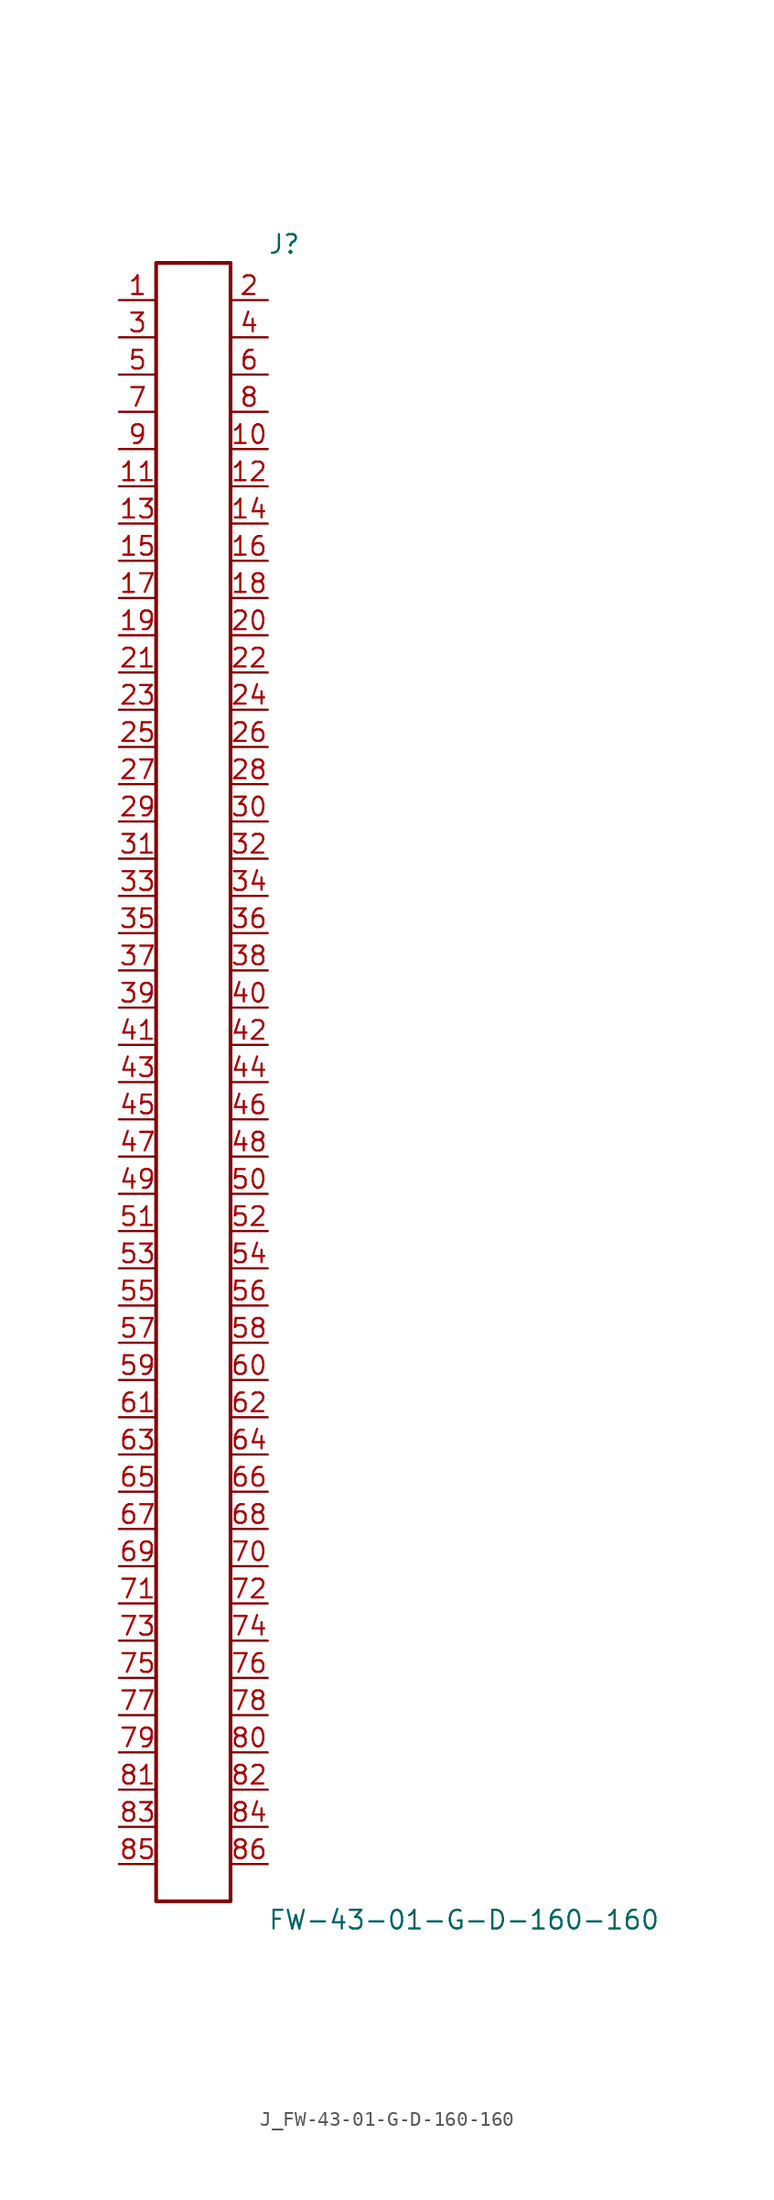
<source format=kicad_sym>
(kicad_symbol_lib
  (version 20231120)
  (generator kicad_symbol_editor)
  (generator_version 8.0)
  (symbol "J_FW-43-01-G-D-160-160"
    (pin_names
      (offset 0.254))
    (property "Reference" "J"
      (at 5.08 57.15 0)
      (effects (font (size 1.27 1.27)) (justify left)))
    (property "Value" "FW-43-01-G-D-160-160"
      (at 5.08 -57.15 0)
      (effects (font (size 1.27 1.27)) (justify left)))
    (symbol "J_FW-43-01-G-D-160-160_0_0"
      (pin unspecified line (at -5.08 53.34 0) (length 2.54) (name "" (effects (font (size 1.27 1.27)))) (number "1" (effects (font (size 1.27 1.27)))))
      (pin unspecified line (at 5.08 53.34 180) (length 2.54) (name "" (effects (font (size 1.27 1.27)))) (number "2" (effects (font (size 1.27 1.27)))))
      (pin unspecified line (at -5.08 50.8 0) (length 2.54) (name "" (effects (font (size 1.27 1.27)))) (number "3" (effects (font (size 1.27 1.27)))))
      (pin unspecified line (at 5.08 50.8 180) (length 2.54) (name "" (effects (font (size 1.27 1.27)))) (number "4" (effects (font (size 1.27 1.27)))))
      (pin unspecified line (at -5.08 48.26 0) (length 2.54) (name "" (effects (font (size 1.27 1.27)))) (number "5" (effects (font (size 1.27 1.27)))))
      (pin unspecified line (at 5.08 48.26 180) (length 2.54) (name "" (effects (font (size 1.27 1.27)))) (number "6" (effects (font (size 1.27 1.27)))))
      (pin unspecified line (at -5.08 45.72 0) (length 2.54) (name "" (effects (font (size 1.27 1.27)))) (number "7" (effects (font (size 1.27 1.27)))))
      (pin unspecified line (at 5.08 45.72 180) (length 2.54) (name "" (effects (font (size 1.27 1.27)))) (number "8" (effects (font (size 1.27 1.27)))))
      (pin unspecified line (at -5.08 43.18 0) (length 2.54) (name "" (effects (font (size 1.27 1.27)))) (number "9" (effects (font (size 1.27 1.27)))))
      (pin unspecified line (at 5.08 43.18 180) (length 2.54) (name "" (effects (font (size 1.27 1.27)))) (number "10" (effects (font (size 1.27 1.27)))))
      (pin unspecified line (at -5.08 40.64 0) (length 2.54) (name "" (effects (font (size 1.27 1.27)))) (number "11" (effects (font (size 1.27 1.27)))))
      (pin unspecified line (at 5.08 40.64 180) (length 2.54) (name "" (effects (font (size 1.27 1.27)))) (number "12" (effects (font (size 1.27 1.27)))))
      (pin unspecified line (at -5.08 38.1 0) (length 2.54) (name "" (effects (font (size 1.27 1.27)))) (number "13" (effects (font (size 1.27 1.27)))))
      (pin unspecified line (at 5.08 38.1 180) (length 2.54) (name "" (effects (font (size 1.27 1.27)))) (number "14" (effects (font (size 1.27 1.27)))))
      (pin unspecified line (at -5.08 35.56 0) (length 2.54) (name "" (effects (font (size 1.27 1.27)))) (number "15" (effects (font (size 1.27 1.27)))))
      (pin unspecified line (at 5.08 35.56 180) (length 2.54) (name "" (effects (font (size 1.27 1.27)))) (number "16" (effects (font (size 1.27 1.27)))))
      (pin unspecified line (at -5.08 33.02 0) (length 2.54) (name "" (effects (font (size 1.27 1.27)))) (number "17" (effects (font (size 1.27 1.27)))))
      (pin unspecified line (at 5.08 33.02 180) (length 2.54) (name "" (effects (font (size 1.27 1.27)))) (number "18" (effects (font (size 1.27 1.27)))))
      (pin unspecified line (at -5.08 30.48 0) (length 2.54) (name "" (effects (font (size 1.27 1.27)))) (number "19" (effects (font (size 1.27 1.27)))))
      (pin unspecified line (at 5.08 30.48 180) (length 2.54) (name "" (effects (font (size 1.27 1.27)))) (number "20" (effects (font (size 1.27 1.27)))))
      (pin unspecified line (at -5.08 27.94 0) (length 2.54) (name "" (effects (font (size 1.27 1.27)))) (number "21" (effects (font (size 1.27 1.27)))))
      (pin unspecified line (at 5.08 27.94 180) (length 2.54) (name "" (effects (font (size 1.27 1.27)))) (number "22" (effects (font (size 1.27 1.27)))))
      (pin unspecified line (at -5.08 25.4 0) (length 2.54) (name "" (effects (font (size 1.27 1.27)))) (number "23" (effects (font (size 1.27 1.27)))))
      (pin unspecified line (at 5.08 25.4 180) (length 2.54) (name "" (effects (font (size 1.27 1.27)))) (number "24" (effects (font (size 1.27 1.27)))))
      (pin unspecified line (at -5.08 22.86 0) (length 2.54) (name "" (effects (font (size 1.27 1.27)))) (number "25" (effects (font (size 1.27 1.27)))))
      (pin unspecified line (at 5.08 22.86 180) (length 2.54) (name "" (effects (font (size 1.27 1.27)))) (number "26" (effects (font (size 1.27 1.27)))))
      (pin unspecified line (at -5.08 20.32 0) (length 2.54) (name "" (effects (font (size 1.27 1.27)))) (number "27" (effects (font (size 1.27 1.27)))))
      (pin unspecified line (at 5.08 20.32 180) (length 2.54) (name "" (effects (font (size 1.27 1.27)))) (number "28" (effects (font (size 1.27 1.27)))))
      (pin unspecified line (at -5.08 17.78 0) (length 2.54) (name "" (effects (font (size 1.27 1.27)))) (number "29" (effects (font (size 1.27 1.27)))))
      (pin unspecified line (at 5.08 17.78 180) (length 2.54) (name "" (effects (font (size 1.27 1.27)))) (number "30" (effects (font (size 1.27 1.27)))))
      (pin unspecified line (at -5.08 15.24 0) (length 2.54) (name "" (effects (font (size 1.27 1.27)))) (number "31" (effects (font (size 1.27 1.27)))))
      (pin unspecified line (at 5.08 15.24 180) (length 2.54) (name "" (effects (font (size 1.27 1.27)))) (number "32" (effects (font (size 1.27 1.27)))))
      (pin unspecified line (at -5.08 12.7 0) (length 2.54) (name "" (effects (font (size 1.27 1.27)))) (number "33" (effects (font (size 1.27 1.27)))))
      (pin unspecified line (at 5.08 12.7 180) (length 2.54) (name "" (effects (font (size 1.27 1.27)))) (number "34" (effects (font (size 1.27 1.27)))))
      (pin unspecified line (at -5.08 10.16 0) (length 2.54) (name "" (effects (font (size 1.27 1.27)))) (number "35" (effects (font (size 1.27 1.27)))))
      (pin unspecified line (at 5.08 10.16 180) (length 2.54) (name "" (effects (font (size 1.27 1.27)))) (number "36" (effects (font (size 1.27 1.27)))))
      (pin unspecified line (at -5.08 7.62 0) (length 2.54) (name "" (effects (font (size 1.27 1.27)))) (number "37" (effects (font (size 1.27 1.27)))))
      (pin unspecified line (at 5.08 7.62 180) (length 2.54) (name "" (effects (font (size 1.27 1.27)))) (number "38" (effects (font (size 1.27 1.27)))))
      (pin unspecified line (at -5.08 5.08 0) (length 2.54) (name "" (effects (font (size 1.27 1.27)))) (number "39" (effects (font (size 1.27 1.27)))))
      (pin unspecified line (at 5.08 5.08 180) (length 2.54) (name "" (effects (font (size 1.27 1.27)))) (number "40" (effects (font (size 1.27 1.27)))))
      (pin unspecified line (at -5.08 2.54 0) (length 2.54) (name "" (effects (font (size 1.27 1.27)))) (number "41" (effects (font (size 1.27 1.27)))))
      (pin unspecified line (at 5.08 2.54 180) (length 2.54) (name "" (effects (font (size 1.27 1.27)))) (number "42" (effects (font (size 1.27 1.27)))))
      (pin unspecified line (at -5.08 0.0 0) (length 2.54) (name "" (effects (font (size 1.27 1.27)))) (number "43" (effects (font (size 1.27 1.27)))))
      (pin unspecified line (at 5.08 0.0 180) (length 2.54) (name "" (effects (font (size 1.27 1.27)))) (number "44" (effects (font (size 1.27 1.27)))))
      (pin unspecified line (at -5.08 -2.54 0) (length 2.54) (name "" (effects (font (size 1.27 1.27)))) (number "45" (effects (font (size 1.27 1.27)))))
      (pin unspecified line (at 5.08 -2.54 180) (length 2.54) (name "" (effects (font (size 1.27 1.27)))) (number "46" (effects (font (size 1.27 1.27)))))
      (pin unspecified line (at -5.08 -5.08 0) (length 2.54) (name "" (effects (font (size 1.27 1.27)))) (number "47" (effects (font (size 1.27 1.27)))))
      (pin unspecified line (at 5.08 -5.08 180) (length 2.54) (name "" (effects (font (size 1.27 1.27)))) (number "48" (effects (font (size 1.27 1.27)))))
      (pin unspecified line (at -5.08 -7.62 0) (length 2.54) (name "" (effects (font (size 1.27 1.27)))) (number "49" (effects (font (size 1.27 1.27)))))
      (pin unspecified line (at 5.08 -7.62 180) (length 2.54) (name "" (effects (font (size 1.27 1.27)))) (number "50" (effects (font (size 1.27 1.27)))))
      (pin unspecified line (at -5.08 -10.16 0) (length 2.54) (name "" (effects (font (size 1.27 1.27)))) (number "51" (effects (font (size 1.27 1.27)))))
      (pin unspecified line (at 5.08 -10.16 180) (length 2.54) (name "" (effects (font (size 1.27 1.27)))) (number "52" (effects (font (size 1.27 1.27)))))
      (pin unspecified line (at -5.08 -12.7 0) (length 2.54) (name "" (effects (font (size 1.27 1.27)))) (number "53" (effects (font (size 1.27 1.27)))))
      (pin unspecified line (at 5.08 -12.7 180) (length 2.54) (name "" (effects (font (size 1.27 1.27)))) (number "54" (effects (font (size 1.27 1.27)))))
      (pin unspecified line (at -5.08 -15.24 0) (length 2.54) (name "" (effects (font (size 1.27 1.27)))) (number "55" (effects (font (size 1.27 1.27)))))
      (pin unspecified line (at 5.08 -15.24 180) (length 2.54) (name "" (effects (font (size 1.27 1.27)))) (number "56" (effects (font (size 1.27 1.27)))))
      (pin unspecified line (at -5.08 -17.78 0) (length 2.54) (name "" (effects (font (size 1.27 1.27)))) (number "57" (effects (font (size 1.27 1.27)))))
      (pin unspecified line (at 5.08 -17.78 180) (length 2.54) (name "" (effects (font (size 1.27 1.27)))) (number "58" (effects (font (size 1.27 1.27)))))
      (pin unspecified line (at -5.08 -20.32 0) (length 2.54) (name "" (effects (font (size 1.27 1.27)))) (number "59" (effects (font (size 1.27 1.27)))))
      (pin unspecified line (at 5.08 -20.32 180) (length 2.54) (name "" (effects (font (size 1.27 1.27)))) (number "60" (effects (font (size 1.27 1.27)))))
      (pin unspecified line (at -5.08 -22.86 0) (length 2.54) (name "" (effects (font (size 1.27 1.27)))) (number "61" (effects (font (size 1.27 1.27)))))
      (pin unspecified line (at 5.08 -22.86 180) (length 2.54) (name "" (effects (font (size 1.27 1.27)))) (number "62" (effects (font (size 1.27 1.27)))))
      (pin unspecified line (at -5.08 -25.4 0) (length 2.54) (name "" (effects (font (size 1.27 1.27)))) (number "63" (effects (font (size 1.27 1.27)))))
      (pin unspecified line (at 5.08 -25.4 180) (length 2.54) (name "" (effects (font (size 1.27 1.27)))) (number "64" (effects (font (size 1.27 1.27)))))
      (pin unspecified line (at -5.08 -27.94 0) (length 2.54) (name "" (effects (font (size 1.27 1.27)))) (number "65" (effects (font (size 1.27 1.27)))))
      (pin unspecified line (at 5.08 -27.94 180) (length 2.54) (name "" (effects (font (size 1.27 1.27)))) (number "66" (effects (font (size 1.27 1.27)))))
      (pin unspecified line (at -5.08 -30.48 0) (length 2.54) (name "" (effects (font (size 1.27 1.27)))) (number "67" (effects (font (size 1.27 1.27)))))
      (pin unspecified line (at 5.08 -30.48 180) (length 2.54) (name "" (effects (font (size 1.27 1.27)))) (number "68" (effects (font (size 1.27 1.27)))))
      (pin unspecified line (at -5.08 -33.02 0) (length 2.54) (name "" (effects (font (size 1.27 1.27)))) (number "69" (effects (font (size 1.27 1.27)))))
      (pin unspecified line (at 5.08 -33.02 180) (length 2.54) (name "" (effects (font (size 1.27 1.27)))) (number "70" (effects (font (size 1.27 1.27)))))
      (pin unspecified line (at -5.08 -35.56 0) (length 2.54) (name "" (effects (font (size 1.27 1.27)))) (number "71" (effects (font (size 1.27 1.27)))))
      (pin unspecified line (at 5.08 -35.56 180) (length 2.54) (name "" (effects (font (size 1.27 1.27)))) (number "72" (effects (font (size 1.27 1.27)))))
      (pin unspecified line (at -5.08 -38.1 0) (length 2.54) (name "" (effects (font (size 1.27 1.27)))) (number "73" (effects (font (size 1.27 1.27)))))
      (pin unspecified line (at 5.08 -38.1 180) (length 2.54) (name "" (effects (font (size 1.27 1.27)))) (number "74" (effects (font (size 1.27 1.27)))))
      (pin unspecified line (at -5.08 -40.64 0) (length 2.54) (name "" (effects (font (size 1.27 1.27)))) (number "75" (effects (font (size 1.27 1.27)))))
      (pin unspecified line (at 5.08 -40.64 180) (length 2.54) (name "" (effects (font (size 1.27 1.27)))) (number "76" (effects (font (size 1.27 1.27)))))
      (pin unspecified line (at -5.08 -43.18 0) (length 2.54) (name "" (effects (font (size 1.27 1.27)))) (number "77" (effects (font (size 1.27 1.27)))))
      (pin unspecified line (at 5.08 -43.18 180) (length 2.54) (name "" (effects (font (size 1.27 1.27)))) (number "78" (effects (font (size 1.27 1.27)))))
      (pin unspecified line (at -5.08 -45.72 0) (length 2.54) (name "" (effects (font (size 1.27 1.27)))) (number "79" (effects (font (size 1.27 1.27)))))
      (pin unspecified line (at 5.08 -45.72 180) (length 2.54) (name "" (effects (font (size 1.27 1.27)))) (number "80" (effects (font (size 1.27 1.27)))))
      (pin unspecified line (at -5.08 -48.26 0) (length 2.54) (name "" (effects (font (size 1.27 1.27)))) (number "81" (effects (font (size 1.27 1.27)))))
      (pin unspecified line (at 5.08 -48.26 180) (length 2.54) (name "" (effects (font (size 1.27 1.27)))) (number "82" (effects (font (size 1.27 1.27)))))
      (pin unspecified line (at -5.08 -50.8 0) (length 2.54) (name "" (effects (font (size 1.27 1.27)))) (number "83" (effects (font (size 1.27 1.27)))))
      (pin unspecified line (at 5.08 -50.8 180) (length 2.54) (name "" (effects (font (size 1.27 1.27)))) (number "84" (effects (font (size 1.27 1.27)))))
      (pin unspecified line (at -5.08 -53.34 0) (length 2.54) (name "" (effects (font (size 1.27 1.27)))) (number "85" (effects (font (size 1.27 1.27)))))
      (pin unspecified line (at 5.08 -53.34 180) (length 2.54) (name "" (effects (font (size 1.27 1.27)))) (number "86" (effects (font (size 1.27 1.27))))))
    (symbol "J_FW-43-01-G-D-160-160_1_0"
      (rectangle (start -2.54 55.88) (end 2.54 -55.88) (stroke (width 0.254) (type solid)) (fill (type none))))))
</source>
